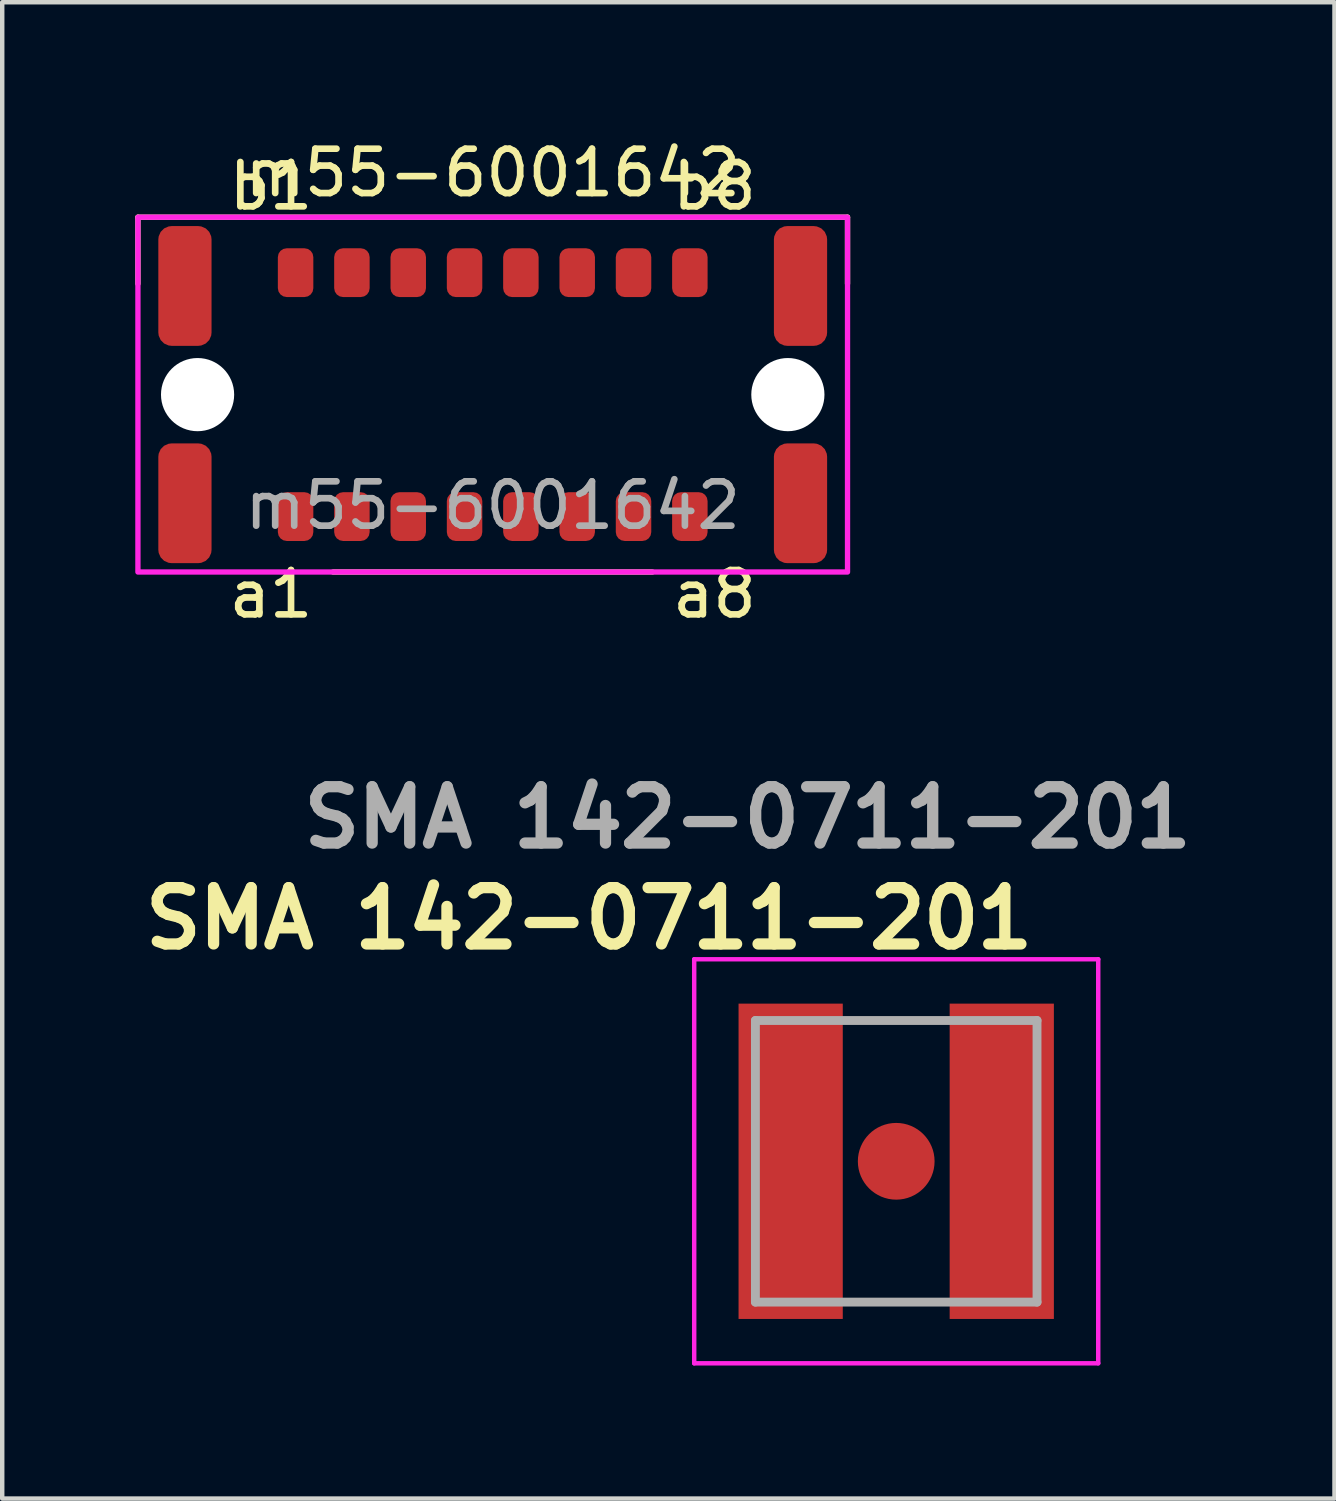
<source format=kicad_pcb>
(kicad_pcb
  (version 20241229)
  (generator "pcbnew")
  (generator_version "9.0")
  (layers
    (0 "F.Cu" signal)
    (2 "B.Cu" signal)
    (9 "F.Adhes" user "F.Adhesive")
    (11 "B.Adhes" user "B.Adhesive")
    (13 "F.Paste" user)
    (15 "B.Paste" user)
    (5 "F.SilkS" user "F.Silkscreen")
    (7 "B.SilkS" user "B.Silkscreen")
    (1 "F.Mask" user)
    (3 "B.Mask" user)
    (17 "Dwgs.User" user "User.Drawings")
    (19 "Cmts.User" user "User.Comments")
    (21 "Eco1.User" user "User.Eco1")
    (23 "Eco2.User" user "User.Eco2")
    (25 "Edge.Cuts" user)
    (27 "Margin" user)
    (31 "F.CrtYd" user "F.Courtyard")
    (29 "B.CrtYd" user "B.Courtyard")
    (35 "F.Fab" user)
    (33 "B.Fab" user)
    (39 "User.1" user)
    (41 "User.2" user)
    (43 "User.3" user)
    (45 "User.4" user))
  (footprint "SMA 142-0711-201"
    (layer "F.Cu")
    (at 17.158 23.135)
    (property "Reference" "SMA 142-0711-201" (at -6.925 -5.475 0) (layer "F.SilkS") (effects (font (size 1.27 1.27) (thickness 0.254))))
    (attr smd)
    (fp_line (start -1 -3.175) (end 1 -3.175) (stroke (width 0.1) (type solid)) (layer "F.SilkS"))
    (fp_line (start -1 3.175) (end 1 3.175) (stroke (width 0.1) (type solid)) (layer "F.SilkS"))
    (fp_line (start -4.555 -4.555) (end 4.555 -4.555) (stroke (width 0.1) (type solid)) (layer "F.CrtYd"))
    (fp_line (start -4.555 4.555) (end -4.555 -4.555) (stroke (width 0.1) (type solid)) (layer "F.CrtYd"))
    (fp_line (start 4.555 -4.555) (end 4.555 4.555) (stroke (width 0.1) (type solid)) (layer "F.CrtYd"))
    (fp_line (start 4.555 4.555) (end -4.555 4.555) (stroke (width 0.1) (type solid)) (layer "F.CrtYd"))
    (fp_line (start -3.175 -3.175) (end 3.175 -3.175) (stroke (width 0.2) (type solid)) (layer "F.Fab"))
    (fp_line (start -3.175 3.175) (end -3.175 -3.175) (stroke (width 0.2) (type solid)) (layer "F.Fab"))
    (fp_line (start 3.175 -3.175) (end 3.175 3.175) (stroke (width 0.2) (type solid)) (layer "F.Fab"))
    (fp_line (start 3.175 3.175) (end -3.175 3.175) (stroke (width 0.2) (type solid)) (layer "F.Fab"))
    (fp_text user "${REFERENCE}" (at -3.35 -7.75 0) (layer "F.Fab") (effects (font (size 1.27 1.27) (thickness 0.254))))
    (pad "1" smd rect (at -2.38 0) (size 2.35 7.11) (layers "F.Cu" "F.Mask" "F.Paste"))
    (pad "2" smd rect (at 2.38 0) (size 2.35 7.11) (layers "F.Cu" "F.Mask" "F.Paste"))
    (pad "3" smd circle (at 0 0 90) (size 1.73 1.73) (layers "F.Cu" "F.Mask" "F.Paste")))
  (footprint "m55-6001642"
    (layer "F.Cu")
    (at 8.06 5.848)
    (property "Reference" "m55-6001642" (at 0 -5 0) (unlocked yes) (layer "F.SilkS") (effects (font (size 1 1) (thickness 0.15))))
    (attr smd)
    (fp_line (start -8 -4) (end 8 -4) (stroke (width 0.12) (type solid)) (layer "F.SilkS"))
    (fp_line (start -8 -2.5) (end -8 -4) (stroke (width 0.12) (type solid)) (layer "F.SilkS"))
    (fp_line (start -3.6 4) (end 3.6 4) (stroke (width 0.12) (type solid)) (layer "F.SilkS"))
    (fp_line (start 8 -4) (end 8 -2.5) (stroke (width 0.12) (type solid)) (layer "F.SilkS"))
    (fp_rect (start -8 -4) (end 8 4) (stroke (width 0.12) (type solid)) (fill no) (layer "F.CrtYd"))
    (fp_text user "b1" (at -5 -4.7 0) (unlocked yes) (layer "F.SilkS") (effects (font (size 1 1) (thickness 0.15))))
    (fp_text user "b8" (at 5 -4.7 0) (unlocked yes) (layer "F.SilkS") (effects (font (size 1 1) (thickness 0.15))))
    (fp_text user "a8" (at 5 4.5 0) (unlocked yes) (layer "F.SilkS") (effects (font (size 1 1) (thickness 0.15))))
    (fp_text user "a1" (at -5 4.5 0) (unlocked yes) (layer "F.SilkS") (effects (font (size 1 1) (thickness 0.15))))
    (fp_text user "${REFERENCE}" (at 0 2.5 0) (unlocked yes) (layer "F.Fab") (effects (font (size 1 1) (thickness 0.15))))
    (pad "" np_thru_hole circle (at -6.655 0) (size 1.65 1.65) (drill 1.65) (layers "*.Cu" "*.Mask"))
    (pad "" np_thru_hole circle (at 6.655 0) (size 1.65 1.65) (drill 1.65) (layers "*.Cu" "*.Mask"))
    (pad "a1" smd roundrect (at -4.445 2.75) (size 0.8 1.1) (layers "F.Cu" "F.Mask" "F.Paste") (roundrect_rratio 0.25))
    (pad "a2" smd roundrect (at -3.175 2.75) (size 0.8 1.1) (layers "F.Cu" "F.Mask" "F.Paste") (roundrect_rratio 0.25))
    (pad "a3" smd roundrect (at -1.905 2.75) (size 0.8 1.1) (layers "F.Cu" "F.Mask" "F.Paste") (roundrect_rratio 0.25))
    (pad "a4" smd roundrect (at -0.635 2.75) (size 0.8 1.1) (layers "F.Cu" "F.Mask" "F.Paste") (roundrect_rratio 0.25))
    (pad "a5" smd roundrect (at 0.635 2.75) (size 0.8 1.1) (layers "F.Cu" "F.Mask" "F.Paste") (roundrect_rratio 0.25))
    (pad "a6" smd roundrect (at 1.905 2.75) (size 0.8 1.1) (layers "F.Cu" "F.Mask" "F.Paste") (roundrect_rratio 0.25))
    (pad "a7" smd roundrect (at 3.175 2.75) (size 0.8 1.1) (layers "F.Cu" "F.Mask" "F.Paste") (roundrect_rratio 0.25))
    (pad "a8" smd roundrect (at 4.445 2.75) (size 0.8 1.1) (layers "F.Cu" "F.Mask" "F.Paste") (roundrect_rratio 0.25))
    (pad "b1" smd roundrect (at -4.445 -2.75) (size 0.8 1.1) (layers "F.Cu" "F.Mask" "F.Paste") (roundrect_rratio 0.25))
    (pad "b2" smd roundrect (at -3.175 -2.75) (size 0.8 1.1) (layers "F.Cu" "F.Mask" "F.Paste") (roundrect_rratio 0.25))
    (pad "b3" smd roundrect (at -1.905 -2.75) (size 0.8 1.1) (layers "F.Cu" "F.Mask" "F.Paste") (roundrect_rratio 0.25))
    (pad "b4" smd roundrect (at -0.635 -2.75) (size 0.8 1.1) (layers "F.Cu" "F.Mask" "F.Paste") (roundrect_rratio 0.25))
    (pad "b5" smd roundrect (at 0.635 -2.75) (size 0.8 1.1) (layers "F.Cu" "F.Mask" "F.Paste") (roundrect_rratio 0.25))
    (pad "b6" smd roundrect (at 1.905 -2.75) (size 0.8 1.1) (layers "F.Cu" "F.Mask" "F.Paste") (roundrect_rratio 0.25))
    (pad "b7" smd roundrect (at 3.175 -2.75) (size 0.8 1.1) (layers "F.Cu" "F.Mask" "F.Paste") (roundrect_rratio 0.25))
    (pad "b8" smd roundrect (at 4.445 -2.75) (size 0.8 1.1) (layers "F.Cu" "F.Mask" "F.Paste") (roundrect_rratio 0.25))
    (pad "mech" smd roundrect (at -6.94 -2.45) (size 1.2 2.7) (layers "F.Cu" "F.Mask" "F.Paste") (roundrect_rratio 0.25))
    (pad "mech" smd roundrect (at -6.94 2.45) (size 1.2 2.7) (layers "F.Cu" "F.Mask" "F.Paste") (roundrect_rratio 0.25))
    (pad "mech" smd roundrect (at 6.94 -2.45) (size 1.2 2.7) (layers "F.Cu" "F.Mask" "F.Paste") (roundrect_rratio 0.25))
    (pad "mech" smd roundrect (at 6.94 2.45) (size 1.2 2.7) (layers "F.Cu" "F.Mask" "F.Paste") (roundrect_rratio 0.25)))
  (gr_rect
    (start -3 -3)
    (end 27.04 30.74)
    (stroke (width 0.1) (type default))
    (fill no)
    (layer "Edge.Cuts")))
</source>
